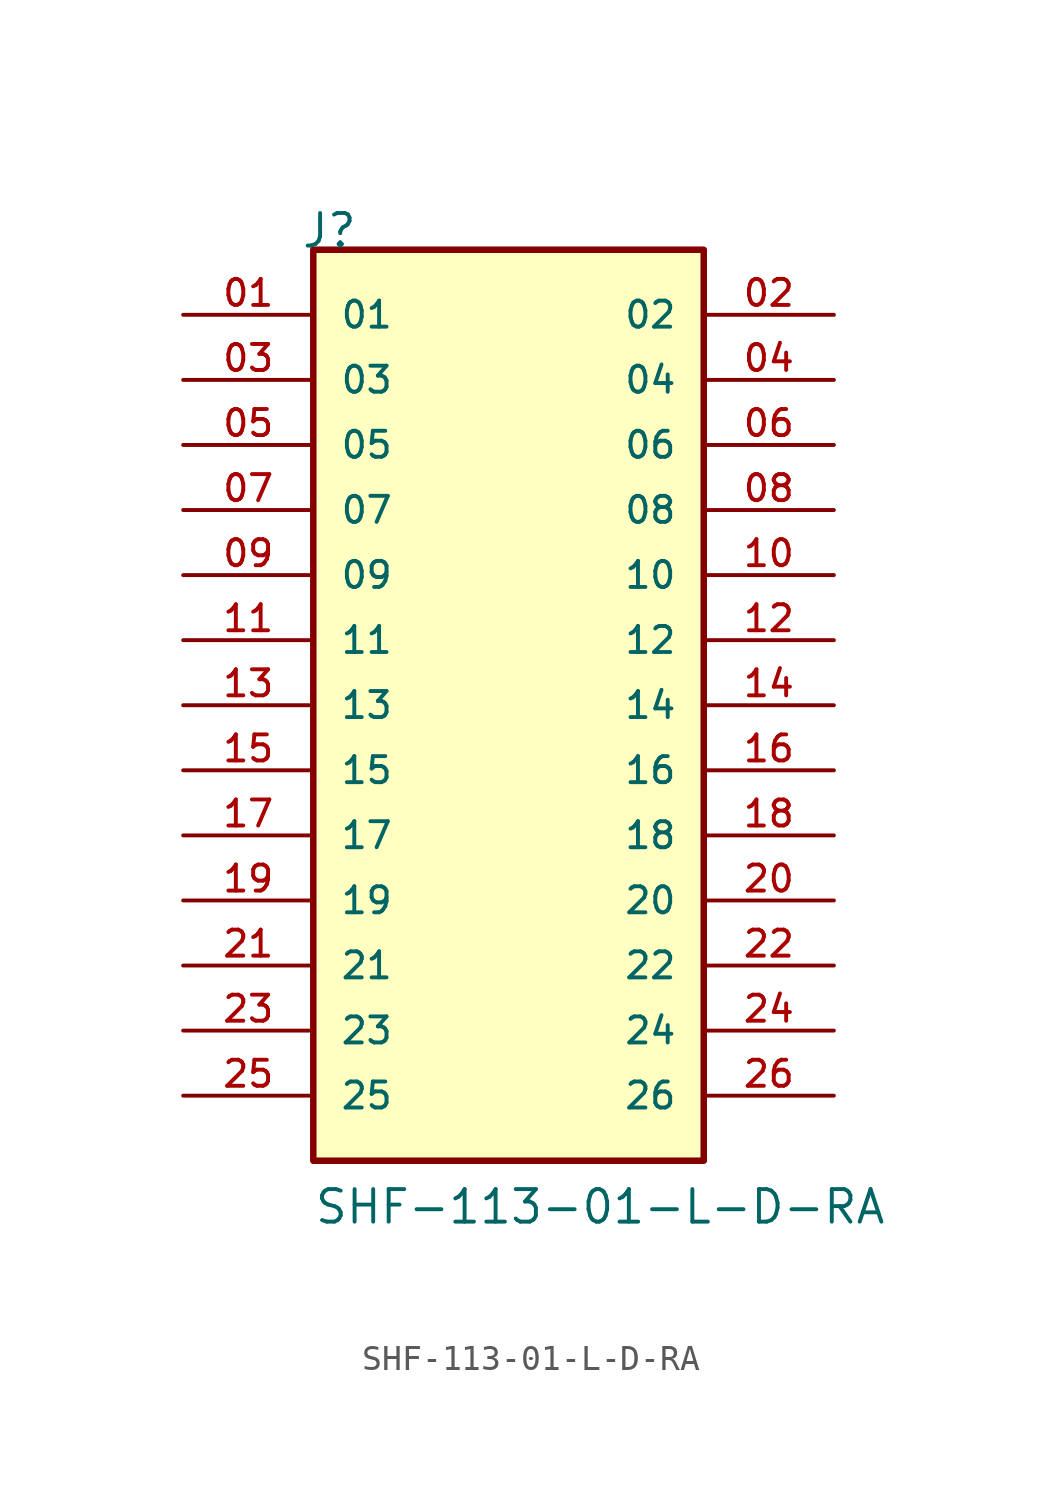
<source format=kicad_sym>
(kicad_symbol_lib
  (version 20211014)
  (generator kicad_symbol_editor)
  (symbol "SHF-113-01-L-D-RA"
    (pin_names
      (offset 1.016))
    (property "Reference" "J"
      (at -8.12 17.78 0)
      (effects (font (size 1.27 1.27)) (justify bottom left)))
    (property "Value" "SHF-113-01-L-D-RA"
      (at -7.62 -20.32 0)
      (effects (font (size 1.27 1.27)) (justify bottom left)))
    (symbol "SHF-113-01-L-D-RA_0_0"
      (rectangle (start -7.62 -17.78) (end 7.62 17.78) (stroke (width 0.254)) (fill (type background)))
      (pin passive line (at -12.7 15.24 0) (length 5.08) (name "01" (effects (font (size 1.016 1.016)))) (number "01" (effects (font (size 1.016 1.016)))))
      (pin passive line (at 12.7 15.24 180.0) (length 5.08) (name "02" (effects (font (size 1.016 1.016)))) (number "02" (effects (font (size 1.016 1.016)))))
      (pin passive line (at -12.7 12.7 0) (length 5.08) (name "03" (effects (font (size 1.016 1.016)))) (number "03" (effects (font (size 1.016 1.016)))))
      (pin passive line (at 12.7 12.7 180.0) (length 5.08) (name "04" (effects (font (size 1.016 1.016)))) (number "04" (effects (font (size 1.016 1.016)))))
      (pin passive line (at -12.7 10.16 0) (length 5.08) (name "05" (effects (font (size 1.016 1.016)))) (number "05" (effects (font (size 1.016 1.016)))))
      (pin passive line (at 12.7 10.16 180.0) (length 5.08) (name "06" (effects (font (size 1.016 1.016)))) (number "06" (effects (font (size 1.016 1.016)))))
      (pin passive line (at -12.7 7.62 0) (length 5.08) (name "07" (effects (font (size 1.016 1.016)))) (number "07" (effects (font (size 1.016 1.016)))))
      (pin passive line (at 12.7 7.62 180.0) (length 5.08) (name "08" (effects (font (size 1.016 1.016)))) (number "08" (effects (font (size 1.016 1.016)))))
      (pin passive line (at -12.7 5.08 0) (length 5.08) (name "09" (effects (font (size 1.016 1.016)))) (number "09" (effects (font (size 1.016 1.016)))))
      (pin passive line (at 12.7 5.08 180.0) (length 5.08) (name "10" (effects (font (size 1.016 1.016)))) (number "10" (effects (font (size 1.016 1.016)))))
      (pin passive line (at -12.7 2.54 0) (length 5.08) (name "11" (effects (font (size 1.016 1.016)))) (number "11" (effects (font (size 1.016 1.016)))))
      (pin passive line (at 12.7 2.54 180.0) (length 5.08) (name "12" (effects (font (size 1.016 1.016)))) (number "12" (effects (font (size 1.016 1.016)))))
      (pin passive line (at -12.7 0.0 0) (length 5.08) (name "13" (effects (font (size 1.016 1.016)))) (number "13" (effects (font (size 1.016 1.016)))))
      (pin passive line (at 12.7 0.0 180.0) (length 5.08) (name "14" (effects (font (size 1.016 1.016)))) (number "14" (effects (font (size 1.016 1.016)))))
      (pin passive line (at -12.7 -2.54 0) (length 5.08) (name "15" (effects (font (size 1.016 1.016)))) (number "15" (effects (font (size 1.016 1.016)))))
      (pin passive line (at 12.7 -2.54 180.0) (length 5.08) (name "16" (effects (font (size 1.016 1.016)))) (number "16" (effects (font (size 1.016 1.016)))))
      (pin passive line (at -12.7 -5.08 0) (length 5.08) (name "17" (effects (font (size 1.016 1.016)))) (number "17" (effects (font (size 1.016 1.016)))))
      (pin passive line (at 12.7 -5.08 180.0) (length 5.08) (name "18" (effects (font (size 1.016 1.016)))) (number "18" (effects (font (size 1.016 1.016)))))
      (pin passive line (at -12.7 -7.62 0) (length 5.08) (name "19" (effects (font (size 1.016 1.016)))) (number "19" (effects (font (size 1.016 1.016)))))
      (pin passive line (at 12.7 -7.62 180.0) (length 5.08) (name "20" (effects (font (size 1.016 1.016)))) (number "20" (effects (font (size 1.016 1.016)))))
      (pin passive line (at -12.7 -10.16 0) (length 5.08) (name "21" (effects (font (size 1.016 1.016)))) (number "21" (effects (font (size 1.016 1.016)))))
      (pin passive line (at 12.7 -10.16 180.0) (length 5.08) (name "22" (effects (font (size 1.016 1.016)))) (number "22" (effects (font (size 1.016 1.016)))))
      (pin passive line (at -12.7 -12.7 0) (length 5.08) (name "23" (effects (font (size 1.016 1.016)))) (number "23" (effects (font (size 1.016 1.016)))))
      (pin passive line (at 12.7 -12.7 180.0) (length 5.08) (name "24" (effects (font (size 1.016 1.016)))) (number "24" (effects (font (size 1.016 1.016)))))
      (pin passive line (at -12.7 -15.24 0) (length 5.08) (name "25" (effects (font (size 1.016 1.016)))) (number "25" (effects (font (size 1.016 1.016)))))
      (pin passive line (at 12.7 -15.24 180.0) (length 5.08) (name "26" (effects (font (size 1.016 1.016)))) (number "26" (effects (font (size 1.016 1.016))))))))
</source>
